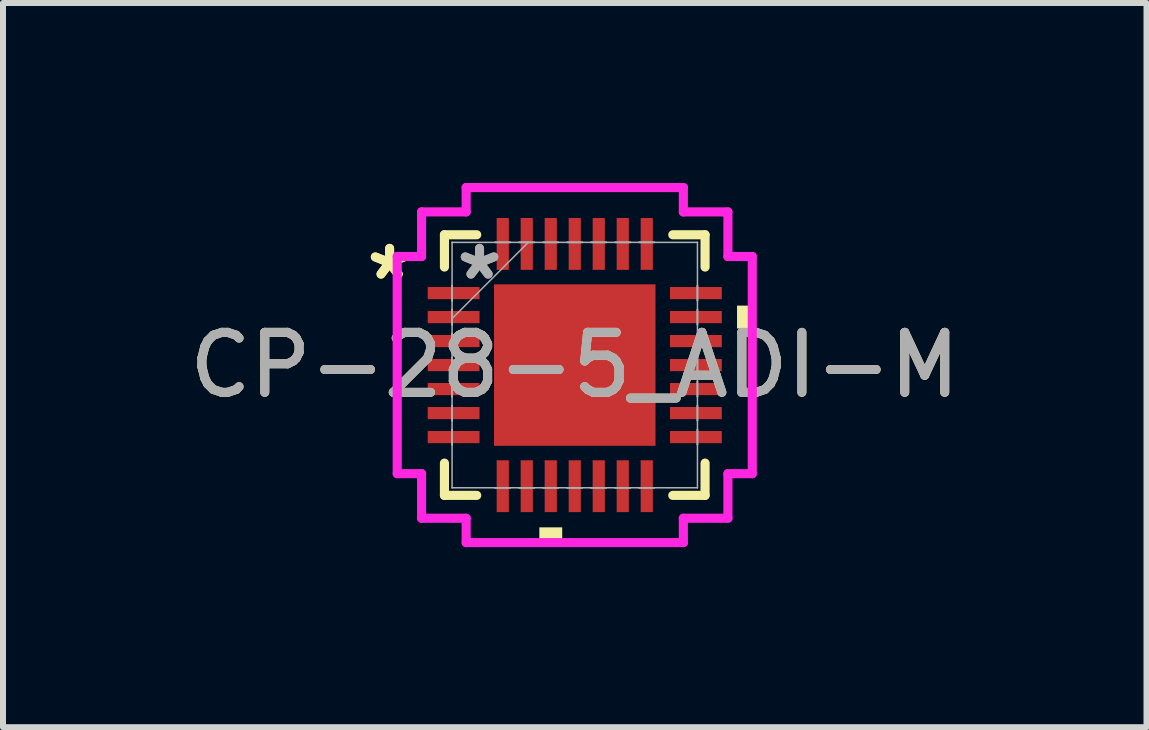
<source format=kicad_pcb>
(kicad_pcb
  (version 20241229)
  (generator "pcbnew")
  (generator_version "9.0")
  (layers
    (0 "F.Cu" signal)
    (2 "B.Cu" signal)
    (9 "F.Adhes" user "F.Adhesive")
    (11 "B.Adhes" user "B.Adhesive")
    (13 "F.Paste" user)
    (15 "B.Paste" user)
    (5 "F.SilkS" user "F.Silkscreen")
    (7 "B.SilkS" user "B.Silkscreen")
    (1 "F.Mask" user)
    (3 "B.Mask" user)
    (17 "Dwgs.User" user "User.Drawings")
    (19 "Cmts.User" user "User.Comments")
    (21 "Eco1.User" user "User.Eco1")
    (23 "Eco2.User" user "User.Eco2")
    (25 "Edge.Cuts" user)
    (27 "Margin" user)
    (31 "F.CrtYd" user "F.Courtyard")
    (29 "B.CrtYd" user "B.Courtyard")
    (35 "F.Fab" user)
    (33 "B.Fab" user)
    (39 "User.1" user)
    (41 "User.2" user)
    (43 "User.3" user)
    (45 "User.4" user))
  (footprint "CP-28-5_ADI-M"
    (layer "F.Cu")
    (at 6.53 3.035)
    (property "Reference" "CP-28-5_ADI-M" (at 0 0 0) (unlocked yes) (layer "F.SilkS") (effects (font (size 1 1) (thickness 0.15))))
    (attr smd)
    (fp_line (start -2.172 -2.172) (end -2.172 -1.634) (stroke (width 0.152) (type solid)) (layer "F.SilkS"))
    (fp_line (start -2.172 1.634) (end -2.172 2.172) (stroke (width 0.152) (type solid)) (layer "F.SilkS"))
    (fp_line (start -2.172 2.172) (end -1.634 2.172) (stroke (width 0.152) (type solid)) (layer "F.SilkS"))
    (fp_line (start -1.634 -2.172) (end -2.172 -2.172) (stroke (width 0.152) (type solid)) (layer "F.SilkS"))
    (fp_line (start 1.634 2.172) (end 2.172 2.172) (stroke (width 0.152) (type solid)) (layer "F.SilkS"))
    (fp_line (start 2.172 -2.172) (end 1.634 -2.172) (stroke (width 0.152) (type solid)) (layer "F.SilkS"))
    (fp_line (start 2.172 -1.634) (end 2.172 -2.172) (stroke (width 0.152) (type solid)) (layer "F.SilkS"))
    (fp_line (start 2.172 2.172) (end 2.172 1.634) (stroke (width 0.152) (type solid)) (layer "F.SilkS"))
    (fp_poly (pts (xy -0.59 2.705) (xy -0.59 2.959) (xy -0.209 2.959) (xy -0.209 2.705)) (stroke (width 0) (type solid)) (fill yes) (layer "F.SilkS"))
    (fp_poly (pts (xy 2.959 -0.991) (xy 2.959 -0.61) (xy 2.705 -0.61) (xy 2.705 -0.991)) (stroke (width 0) (type solid)) (fill yes) (layer "F.SilkS"))
    (fp_poly (pts (xy -1.246 -1.246) (xy -1.246 -0.1) (xy -0.1 -0.1) (xy -0.1 -1.246)) (stroke (width 0) (type solid)) (fill yes) (layer "F.Paste"))
    (fp_poly (pts (xy -1.246 0.1) (xy -1.246 1.246) (xy -0.1 1.246) (xy -0.1 0.1)) (stroke (width 0) (type solid)) (fill yes) (layer "F.Paste"))
    (fp_poly (pts (xy 0.1 -1.246) (xy 0.1 -0.1) (xy 1.246 -0.1) (xy 1.246 -1.246)) (stroke (width 0) (type solid)) (fill yes) (layer "F.Paste"))
    (fp_poly (pts (xy 0.1 0.1) (xy 0.1 1.246) (xy 1.246 1.246) (xy 1.246 0.1)) (stroke (width 0) (type solid)) (fill yes) (layer "F.Paste"))
    (fp_line (start -2.959 -1.81) (end -2.553 -1.81) (stroke (width 0.152) (type solid)) (layer "F.CrtYd"))
    (fp_line (start -2.959 1.81) (end -2.959 -1.81) (stroke (width 0.152) (type solid)) (layer "F.CrtYd"))
    (fp_line (start -2.553 -2.553) (end -1.81 -2.553) (stroke (width 0.152) (type solid)) (layer "F.CrtYd"))
    (fp_line (start -2.553 -1.81) (end -2.553 -2.553) (stroke (width 0.152) (type solid)) (layer "F.CrtYd"))
    (fp_line (start -2.553 1.81) (end -2.959 1.81) (stroke (width 0.152) (type solid)) (layer "F.CrtYd"))
    (fp_line (start -2.553 2.553) (end -2.553 1.81) (stroke (width 0.152) (type solid)) (layer "F.CrtYd"))
    (fp_line (start -1.81 -2.959) (end 1.81 -2.959) (stroke (width 0.152) (type solid)) (layer "F.CrtYd"))
    (fp_line (start -1.81 -2.553) (end -1.81 -2.959) (stroke (width 0.152) (type solid)) (layer "F.CrtYd"))
    (fp_line (start -1.81 2.553) (end -2.553 2.553) (stroke (width 0.152) (type solid)) (layer "F.CrtYd"))
    (fp_line (start -1.81 2.959) (end -1.81 2.553) (stroke (width 0.152) (type solid)) (layer "F.CrtYd"))
    (fp_line (start 1.81 -2.959) (end 1.81 -2.553) (stroke (width 0.152) (type solid)) (layer "F.CrtYd"))
    (fp_line (start 1.81 -2.553) (end 2.553 -2.553) (stroke (width 0.152) (type solid)) (layer "F.CrtYd"))
    (fp_line (start 1.81 2.553) (end 1.81 2.959) (stroke (width 0.152) (type solid)) (layer "F.CrtYd"))
    (fp_line (start 1.81 2.959) (end -1.81 2.959) (stroke (width 0.152) (type solid)) (layer "F.CrtYd"))
    (fp_line (start 2.553 -2.553) (end 2.553 -1.81) (stroke (width 0.152) (type solid)) (layer "F.CrtYd"))
    (fp_line (start 2.553 -1.81) (end 2.959 -1.81) (stroke (width 0.152) (type solid)) (layer "F.CrtYd"))
    (fp_line (start 2.553 1.81) (end 2.553 2.553) (stroke (width 0.152) (type solid)) (layer "F.CrtYd"))
    (fp_line (start 2.553 2.553) (end 1.81 2.553) (stroke (width 0.152) (type solid)) (layer "F.CrtYd"))
    (fp_line (start 2.959 -1.81) (end 2.959 1.81) (stroke (width 0.152) (type solid)) (layer "F.CrtYd"))
    (fp_line (start 2.959 1.81) (end 2.553 1.81) (stroke (width 0.152) (type solid)) (layer "F.CrtYd"))
    (fp_line (start -2.045 -2.045) (end -2.045 -2.045) (stroke (width 0.025) (type solid)) (layer "F.Fab"))
    (fp_line (start -2.045 -2.045) (end -2.045 2.045) (stroke (width 0.025) (type solid)) (layer "F.Fab"))
    (fp_line (start -2.045 -1.327) (end -2.045 -1.327) (stroke (width 0.025) (type solid)) (layer "F.Fab"))
    (fp_line (start -2.045 -1.327) (end -2.045 -1.073) (stroke (width 0.025) (type solid)) (layer "F.Fab"))
    (fp_line (start -2.045 -1.073) (end -2.045 -1.327) (stroke (width 0.025) (type solid)) (layer "F.Fab"))
    (fp_line (start -2.045 -1.073) (end -2.045 -1.073) (stroke (width 0.025) (type solid)) (layer "F.Fab"))
    (fp_line (start -2.045 -0.927) (end -2.045 -0.927) (stroke (width 0.025) (type solid)) (layer "F.Fab"))
    (fp_line (start -2.045 -0.927) (end -2.045 -0.673) (stroke (width 0.025) (type solid)) (layer "F.Fab"))
    (fp_line (start -2.045 -0.775) (end -0.775 -2.045) (stroke (width 0.025) (type solid)) (layer "F.Fab"))
    (fp_line (start -2.045 -0.673) (end -2.045 -0.927) (stroke (width 0.025) (type solid)) (layer "F.Fab"))
    (fp_line (start -2.045 -0.673) (end -2.045 -0.673) (stroke (width 0.025) (type solid)) (layer "F.Fab"))
    (fp_line (start -2.045 -0.527) (end -2.045 -0.527) (stroke (width 0.025) (type solid)) (layer "F.Fab"))
    (fp_line (start -2.045 -0.527) (end -2.045 -0.273) (stroke (width 0.025) (type solid)) (layer "F.Fab"))
    (fp_line (start -2.045 -0.273) (end -2.045 -0.527) (stroke (width 0.025) (type solid)) (layer "F.Fab"))
    (fp_line (start -2.045 -0.273) (end -2.045 -0.273) (stroke (width 0.025) (type solid)) (layer "F.Fab"))
    (fp_line (start -2.045 -0.127) (end -2.045 -0.127) (stroke (width 0.025) (type solid)) (layer "F.Fab"))
    (fp_line (start -2.045 -0.127) (end -2.045 0.127) (stroke (width 0.025) (type solid)) (layer "F.Fab"))
    (fp_line (start -2.045 0.127) (end -2.045 -0.127) (stroke (width 0.025) (type solid)) (layer "F.Fab"))
    (fp_line (start -2.045 0.127) (end -2.045 0.127) (stroke (width 0.025) (type solid)) (layer "F.Fab"))
    (fp_line (start -2.045 0.273) (end -2.045 0.273) (stroke (width 0.025) (type solid)) (layer "F.Fab"))
    (fp_line (start -2.045 0.273) (end -2.045 0.527) (stroke (width 0.025) (type solid)) (layer "F.Fab"))
    (fp_line (start -2.045 0.527) (end -2.045 0.273) (stroke (width 0.025) (type solid)) (layer "F.Fab"))
    (fp_line (start -2.045 0.527) (end -2.045 0.527) (stroke (width 0.025) (type solid)) (layer "F.Fab"))
    (fp_line (start -2.045 0.673) (end -2.045 0.673) (stroke (width 0.025) (type solid)) (layer "F.Fab"))
    (fp_line (start -2.045 0.673) (end -2.045 0.927) (stroke (width 0.025) (type solid)) (layer "F.Fab"))
    (fp_line (start -2.045 0.927) (end -2.045 0.673) (stroke (width 0.025) (type solid)) (layer "F.Fab"))
    (fp_line (start -2.045 0.927) (end -2.045 0.927) (stroke (width 0.025) (type solid)) (layer "F.Fab"))
    (fp_line (start -2.045 1.073) (end -2.045 1.073) (stroke (width 0.025) (type solid)) (layer "F.Fab"))
    (fp_line (start -2.045 1.073) (end -2.045 1.327) (stroke (width 0.025) (type solid)) (layer "F.Fab"))
    (fp_line (start -2.045 1.327) (end -2.045 1.073) (stroke (width 0.025) (type solid)) (layer "F.Fab"))
    (fp_line (start -2.045 1.327) (end -2.045 1.327) (stroke (width 0.025) (type solid)) (layer "F.Fab"))
    (fp_line (start -2.045 2.045) (end -2.045 2.045) (stroke (width 0.025) (type solid)) (layer "F.Fab"))
    (fp_line (start -2.045 2.045) (end 2.045 2.045) (stroke (width 0.025) (type solid)) (layer "F.Fab"))
    (fp_line (start -1.327 -2.045) (end -1.327 -2.045) (stroke (width 0.025) (type solid)) (layer "F.Fab"))
    (fp_line (start -1.327 -2.045) (end -1.073 -2.045) (stroke (width 0.025) (type solid)) (layer "F.Fab"))
    (fp_line (start -1.327 2.045) (end -1.327 2.045) (stroke (width 0.025) (type solid)) (layer "F.Fab"))
    (fp_line (start -1.327 2.045) (end -1.073 2.045) (stroke (width 0.025) (type solid)) (layer "F.Fab"))
    (fp_line (start -1.073 -2.045) (end -1.327 -2.045) (stroke (width 0.025) (type solid)) (layer "F.Fab"))
    (fp_line (start -1.073 -2.045) (end -1.073 -2.045) (stroke (width 0.025) (type solid)) (layer "F.Fab"))
    (fp_line (start -1.073 2.045) (end -1.327 2.045) (stroke (width 0.025) (type solid)) (layer "F.Fab"))
    (fp_line (start -1.073 2.045) (end -1.073 2.045) (stroke (width 0.025) (type solid)) (layer "F.Fab"))
    (fp_line (start -0.927 -2.045) (end -0.927 -2.045) (stroke (width 0.025) (type solid)) (layer "F.Fab"))
    (fp_line (start -0.927 -2.045) (end -0.673 -2.045) (stroke (width 0.025) (type solid)) (layer "F.Fab"))
    (fp_line (start -0.927 2.045) (end -0.927 2.045) (stroke (width 0.025) (type solid)) (layer "F.Fab"))
    (fp_line (start -0.927 2.045) (end -0.673 2.045) (stroke (width 0.025) (type solid)) (layer "F.Fab"))
    (fp_line (start -0.673 -2.045) (end -0.927 -2.045) (stroke (width 0.025) (type solid)) (layer "F.Fab"))
    (fp_line (start -0.673 -2.045) (end -0.673 -2.045) (stroke (width 0.025) (type solid)) (layer "F.Fab"))
    (fp_line (start -0.673 2.045) (end -0.927 2.045) (stroke (width 0.025) (type solid)) (layer "F.Fab"))
    (fp_line (start -0.673 2.045) (end -0.673 2.045) (stroke (width 0.025) (type solid)) (layer "F.Fab"))
    (fp_line (start -0.527 -2.045) (end -0.527 -2.045) (stroke (width 0.025) (type solid)) (layer "F.Fab"))
    (fp_line (start -0.527 -2.045) (end -0.273 -2.045) (stroke (width 0.025) (type solid)) (layer "F.Fab"))
    (fp_line (start -0.527 2.045) (end -0.527 2.045) (stroke (width 0.025) (type solid)) (layer "F.Fab"))
    (fp_line (start -0.527 2.045) (end -0.273 2.045) (stroke (width 0.025) (type solid)) (layer "F.Fab"))
    (fp_line (start -0.273 -2.045) (end -0.527 -2.045) (stroke (width 0.025) (type solid)) (layer "F.Fab"))
    (fp_line (start -0.273 -2.045) (end -0.273 -2.045) (stroke (width 0.025) (type solid)) (layer "F.Fab"))
    (fp_line (start -0.273 2.045) (end -0.527 2.045) (stroke (width 0.025) (type solid)) (layer "F.Fab"))
    (fp_line (start -0.273 2.045) (end -0.273 2.045) (stroke (width 0.025) (type solid)) (layer "F.Fab"))
    (fp_line (start -0.127 -2.045) (end -0.127 -2.045) (stroke (width 0.025) (type solid)) (layer "F.Fab"))
    (fp_line (start -0.127 -2.045) (end 0.127 -2.045) (stroke (width 0.025) (type solid)) (layer "F.Fab"))
    (fp_line (start -0.127 2.045) (end -0.127 2.045) (stroke (width 0.025) (type solid)) (layer "F.Fab"))
    (fp_line (start -0.127 2.045) (end 0.127 2.045) (stroke (width 0.025) (type solid)) (layer "F.Fab"))
    (fp_line (start 0.127 -2.045) (end -0.127 -2.045) (stroke (width 0.025) (type solid)) (layer "F.Fab"))
    (fp_line (start 0.127 -2.045) (end 0.127 -2.045) (stroke (width 0.025) (type solid)) (layer "F.Fab"))
    (fp_line (start 0.127 2.045) (end -0.127 2.045) (stroke (width 0.025) (type solid)) (layer "F.Fab"))
    (fp_line (start 0.127 2.045) (end 0.127 2.045) (stroke (width 0.025) (type solid)) (layer "F.Fab"))
    (fp_line (start 0.273 -2.045) (end 0.273 -2.045) (stroke (width 0.025) (type solid)) (layer "F.Fab"))
    (fp_line (start 0.273 -2.045) (end 0.527 -2.045) (stroke (width 0.025) (type solid)) (layer "F.Fab"))
    (fp_line (start 0.273 2.045) (end 0.273 2.045) (stroke (width 0.025) (type solid)) (layer "F.Fab"))
    (fp_line (start 0.273 2.045) (end 0.527 2.045) (stroke (width 0.025) (type solid)) (layer "F.Fab"))
    (fp_line (start 0.527 -2.045) (end 0.273 -2.045) (stroke (width 0.025) (type solid)) (layer "F.Fab"))
    (fp_line (start 0.527 -2.045) (end 0.527 -2.045) (stroke (width 0.025) (type solid)) (layer "F.Fab"))
    (fp_line (start 0.527 2.045) (end 0.273 2.045) (stroke (width 0.025) (type solid)) (layer "F.Fab"))
    (fp_line (start 0.527 2.045) (end 0.527 2.045) (stroke (width 0.025) (type solid)) (layer "F.Fab"))
    (fp_line (start 0.673 -2.045) (end 0.673 -2.045) (stroke (width 0.025) (type solid)) (layer "F.Fab"))
    (fp_line (start 0.673 -2.045) (end 0.927 -2.045) (stroke (width 0.025) (type solid)) (layer "F.Fab"))
    (fp_line (start 0.673 2.045) (end 0.673 2.045) (stroke (width 0.025) (type solid)) (layer "F.Fab"))
    (fp_line (start 0.673 2.045) (end 0.927 2.045) (stroke (width 0.025) (type solid)) (layer "F.Fab"))
    (fp_line (start 0.927 -2.045) (end 0.673 -2.045) (stroke (width 0.025) (type solid)) (layer "F.Fab"))
    (fp_line (start 0.927 -2.045) (end 0.927 -2.045) (stroke (width 0.025) (type solid)) (layer "F.Fab"))
    (fp_line (start 0.927 2.045) (end 0.673 2.045) (stroke (width 0.025) (type solid)) (layer "F.Fab"))
    (fp_line (start 0.927 2.045) (end 0.927 2.045) (stroke (width 0.025) (type solid)) (layer "F.Fab"))
    (fp_line (start 1.073 -2.045) (end 1.073 -2.045) (stroke (width 0.025) (type solid)) (layer "F.Fab"))
    (fp_line (start 1.073 -2.045) (end 1.327 -2.045) (stroke (width 0.025) (type solid)) (layer "F.Fab"))
    (fp_line (start 1.073 2.045) (end 1.073 2.045) (stroke (width 0.025) (type solid)) (layer "F.Fab"))
    (fp_line (start 1.073 2.045) (end 1.327 2.045) (stroke (width 0.025) (type solid)) (layer "F.Fab"))
    (fp_line (start 1.327 -2.045) (end 1.073 -2.045) (stroke (width 0.025) (type solid)) (layer "F.Fab"))
    (fp_line (start 1.327 -2.045) (end 1.327 -2.045) (stroke (width 0.025) (type solid)) (layer "F.Fab"))
    (fp_line (start 1.327 2.045) (end 1.073 2.045) (stroke (width 0.025) (type solid)) (layer "F.Fab"))
    (fp_line (start 1.327 2.045) (end 1.327 2.045) (stroke (width 0.025) (type solid)) (layer "F.Fab"))
    (fp_line (start 2.045 -2.045) (end -2.045 -2.045) (stroke (width 0.025) (type solid)) (layer "F.Fab"))
    (fp_line (start 2.045 -2.045) (end 2.045 -2.045) (stroke (width 0.025) (type solid)) (layer "F.Fab"))
    (fp_line (start 2.045 -1.327) (end 2.045 -1.327) (stroke (width 0.025) (type solid)) (layer "F.Fab"))
    (fp_line (start 2.045 -1.327) (end 2.045 -1.073) (stroke (width 0.025) (type solid)) (layer "F.Fab"))
    (fp_line (start 2.045 -1.073) (end 2.045 -1.327) (stroke (width 0.025) (type solid)) (layer "F.Fab"))
    (fp_line (start 2.045 -1.073) (end 2.045 -1.073) (stroke (width 0.025) (type solid)) (layer "F.Fab"))
    (fp_line (start 2.045 -0.927) (end 2.045 -0.927) (stroke (width 0.025) (type solid)) (layer "F.Fab"))
    (fp_line (start 2.045 -0.927) (end 2.045 -0.673) (stroke (width 0.025) (type solid)) (layer "F.Fab"))
    (fp_line (start 2.045 -0.673) (end 2.045 -0.927) (stroke (width 0.025) (type solid)) (layer "F.Fab"))
    (fp_line (start 2.045 -0.673) (end 2.045 -0.673) (stroke (width 0.025) (type solid)) (layer "F.Fab"))
    (fp_line (start 2.045 -0.527) (end 2.045 -0.527) (stroke (width 0.025) (type solid)) (layer "F.Fab"))
    (fp_line (start 2.045 -0.527) (end 2.045 -0.273) (stroke (width 0.025) (type solid)) (layer "F.Fab"))
    (fp_line (start 2.045 -0.273) (end 2.045 -0.527) (stroke (width 0.025) (type solid)) (layer "F.Fab"))
    (fp_line (start 2.045 -0.273) (end 2.045 -0.273) (stroke (width 0.025) (type solid)) (layer "F.Fab"))
    (fp_line (start 2.045 -0.127) (end 2.045 -0.127) (stroke (width 0.025) (type solid)) (layer "F.Fab"))
    (fp_line (start 2.045 -0.127) (end 2.045 0.127) (stroke (width 0.025) (type solid)) (layer "F.Fab"))
    (fp_line (start 2.045 0.127) (end 2.045 -0.127) (stroke (width 0.025) (type solid)) (layer "F.Fab"))
    (fp_line (start 2.045 0.127) (end 2.045 0.127) (stroke (width 0.025) (type solid)) (layer "F.Fab"))
    (fp_line (start 2.045 0.273) (end 2.045 0.273) (stroke (width 0.025) (type solid)) (layer "F.Fab"))
    (fp_line (start 2.045 0.273) (end 2.045 0.527) (stroke (width 0.025) (type solid)) (layer "F.Fab"))
    (fp_line (start 2.045 0.527) (end 2.045 0.273) (stroke (width 0.025) (type solid)) (layer "F.Fab"))
    (fp_line (start 2.045 0.527) (end 2.045 0.527) (stroke (width 0.025) (type solid)) (layer "F.Fab"))
    (fp_line (start 2.045 0.673) (end 2.045 0.673) (stroke (width 0.025) (type solid)) (layer "F.Fab"))
    (fp_line (start 2.045 0.673) (end 2.045 0.927) (stroke (width 0.025) (type solid)) (layer "F.Fab"))
    (fp_line (start 2.045 0.927) (end 2.045 0.673) (stroke (width 0.025) (type solid)) (layer "F.Fab"))
    (fp_line (start 2.045 0.927) (end 2.045 0.927) (stroke (width 0.025) (type solid)) (layer "F.Fab"))
    (fp_line (start 2.045 1.073) (end 2.045 1.073) (stroke (width 0.025) (type solid)) (layer "F.Fab"))
    (fp_line (start 2.045 1.073) (end 2.045 1.327) (stroke (width 0.025) (type solid)) (layer "F.Fab"))
    (fp_line (start 2.045 1.327) (end 2.045 1.073) (stroke (width 0.025) (type solid)) (layer "F.Fab"))
    (fp_line (start 2.045 1.327) (end 2.045 1.327) (stroke (width 0.025) (type solid)) (layer "F.Fab"))
    (fp_line (start 2.045 2.045) (end 2.045 -2.045) (stroke (width 0.025) (type solid)) (layer "F.Fab"))
    (fp_line (start 2.045 2.045) (end 2.045 2.045) (stroke (width 0.025) (type solid)) (layer "F.Fab"))
    (fp_text user "*" (at -3.086 -1.4 0) (unlocked yes) (layer "F.SilkS") (effects (font (size 1 1) (thickness 0.15))))
    (fp_text user "*" (at -3.086 -1.4 0) (layer "F.SilkS") (effects (font (size 1 1) (thickness 0.15))))
    (fp_text user "*" (at -1.587 -1.4 0) (layer "F.Fab") (effects (font (size 1 1) (thickness 0.15))))
    (fp_text user "${REFERENCE}" (at 0 0 0) (unlocked yes) (layer "F.Fab") (effects (font (size 1 1) (thickness 0.15))))
    (fp_text user "*" (at -1.587 -1.4 0) (unlocked yes) (layer "F.Fab") (effects (font (size 1 1) (thickness 0.15))))
    (pad "1" smd rect (at -2.019 -1.2 90) (size 0.203 0.864) (layers "F.Cu" "F.Mask" "F.Paste"))
    (pad "2" smd rect (at -2.019 -0.8 90) (size 0.203 0.864) (layers "F.Cu" "F.Mask" "F.Paste"))
    (pad "3" smd rect (at -2.019 -0.4 90) (size 0.203 0.864) (layers "F.Cu" "F.Mask" "F.Paste"))
    (pad "4" smd rect (at -2.019 0 90) (size 0.203 0.864) (layers "F.Cu" "F.Mask" "F.Paste"))
    (pad "5" smd rect (at -2.019 0.4 90) (size 0.203 0.864) (layers "F.Cu" "F.Mask" "F.Paste"))
    (pad "6" smd rect (at -2.019 0.8 90) (size 0.203 0.864) (layers "F.Cu" "F.Mask" "F.Paste"))
    (pad "7" smd rect (at -2.019 1.2 90) (size 0.203 0.864) (layers "F.Cu" "F.Mask" "F.Paste"))
    (pad "8" smd rect (at -1.2 2.019) (size 0.203 0.864) (layers "F.Cu" "F.Mask" "F.Paste"))
    (pad "9" smd rect (at -0.8 2.019) (size 0.203 0.864) (layers "F.Cu" "F.Mask" "F.Paste"))
    (pad "10" smd rect (at -0.4 2.019) (size 0.203 0.864) (layers "F.Cu" "F.Mask" "F.Paste"))
    (pad "11" smd rect (at 0 2.019) (size 0.203 0.864) (layers "F.Cu" "F.Mask" "F.Paste"))
    (pad "12" smd rect (at 0.4 2.019) (size 0.203 0.864) (layers "F.Cu" "F.Mask" "F.Paste"))
    (pad "13" smd rect (at 0.8 2.019) (size 0.203 0.864) (layers "F.Cu" "F.Mask" "F.Paste"))
    (pad "14" smd rect (at 1.2 2.019) (size 0.203 0.864) (layers "F.Cu" "F.Mask" "F.Paste"))
    (pad "15" smd rect (at 2.019 1.2 90) (size 0.203 0.864) (layers "F.Cu" "F.Mask" "F.Paste"))
    (pad "16" smd rect (at 2.019 0.8 90) (size 0.203 0.864) (layers "F.Cu" "F.Mask" "F.Paste"))
    (pad "17" smd rect (at 2.019 0.4 90) (size 0.203 0.864) (layers "F.Cu" "F.Mask" "F.Paste"))
    (pad "18" smd rect (at 2.019 0 90) (size 0.203 0.864) (layers "F.Cu" "F.Mask" "F.Paste"))
    (pad "19" smd rect (at 2.019 -0.4 90) (size 0.203 0.864) (layers "F.Cu" "F.Mask" "F.Paste"))
    (pad "20" smd rect (at 2.019 -0.8 90) (size 0.203 0.864) (layers "F.Cu" "F.Mask" "F.Paste"))
    (pad "21" smd rect (at 2.019 -1.2 90) (size 0.203 0.864) (layers "F.Cu" "F.Mask" "F.Paste"))
    (pad "22" smd rect (at 1.2 -2.019) (size 0.203 0.864) (layers "F.Cu" "F.Mask" "F.Paste"))
    (pad "23" smd rect (at 0.8 -2.019) (size 0.203 0.864) (layers "F.Cu" "F.Mask" "F.Paste"))
    (pad "24" smd rect (at 0.4 -2.019) (size 0.203 0.864) (layers "F.Cu" "F.Mask" "F.Paste"))
    (pad "25" smd rect (at 0 -2.019) (size 0.203 0.864) (layers "F.Cu" "F.Mask" "F.Paste"))
    (pad "26" smd rect (at -0.4 -2.019) (size 0.203 0.864) (layers "F.Cu" "F.Mask" "F.Paste"))
    (pad "27" smd rect (at -0.8 -2.019) (size 0.203 0.864) (layers "F.Cu" "F.Mask" "F.Paste"))
    (pad "28" smd rect (at -1.2 -2.019) (size 0.203 0.864) (layers "F.Cu" "F.Mask" "F.Paste"))
    (pad "29" smd rect (at 0 0) (size 2.692 2.692) (layers "F.Cu" "F.Mask")))
  (gr_rect
    (start -3 -3)
    (end 16.06 9.071)
    (stroke (width 0.1) (type default))
    (fill no)
    (layer "Edge.Cuts")))
</source>
